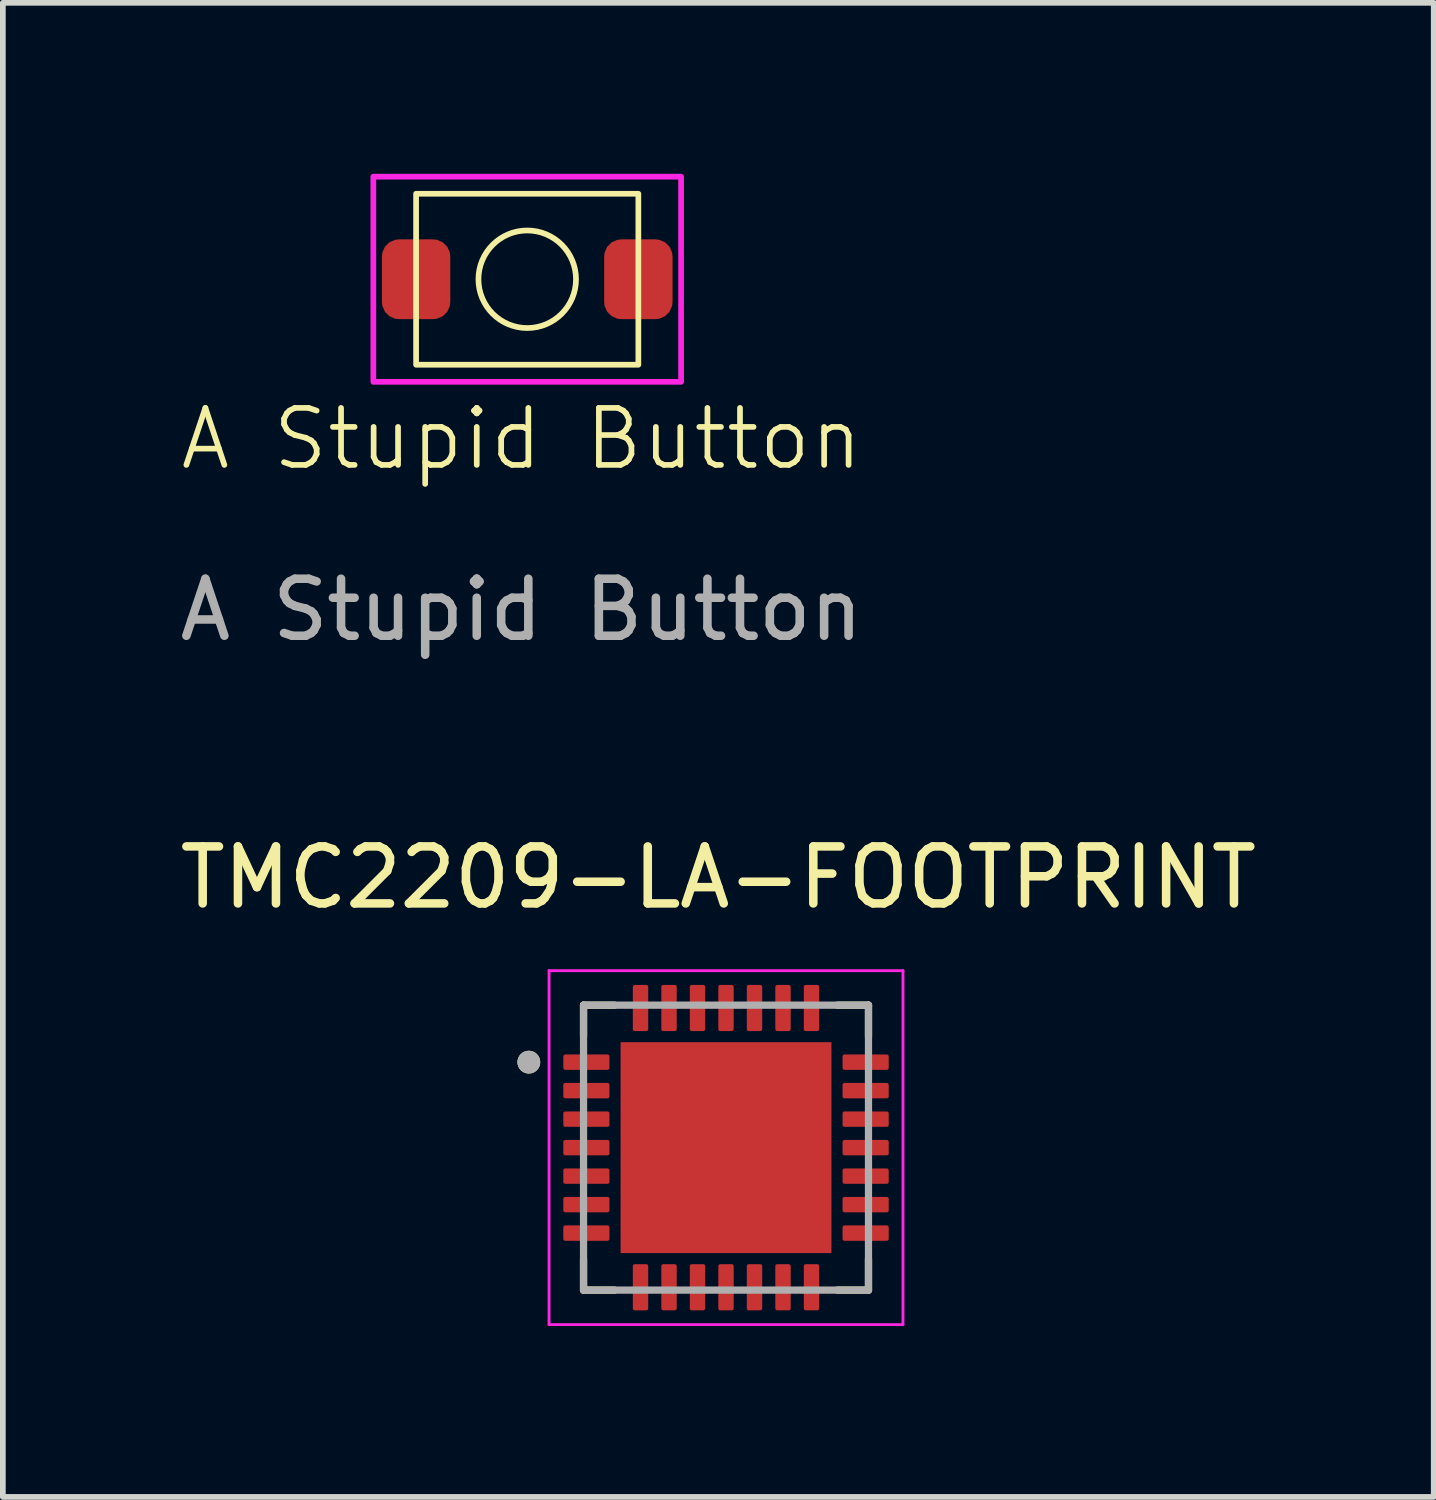
<source format=kicad_pcb>
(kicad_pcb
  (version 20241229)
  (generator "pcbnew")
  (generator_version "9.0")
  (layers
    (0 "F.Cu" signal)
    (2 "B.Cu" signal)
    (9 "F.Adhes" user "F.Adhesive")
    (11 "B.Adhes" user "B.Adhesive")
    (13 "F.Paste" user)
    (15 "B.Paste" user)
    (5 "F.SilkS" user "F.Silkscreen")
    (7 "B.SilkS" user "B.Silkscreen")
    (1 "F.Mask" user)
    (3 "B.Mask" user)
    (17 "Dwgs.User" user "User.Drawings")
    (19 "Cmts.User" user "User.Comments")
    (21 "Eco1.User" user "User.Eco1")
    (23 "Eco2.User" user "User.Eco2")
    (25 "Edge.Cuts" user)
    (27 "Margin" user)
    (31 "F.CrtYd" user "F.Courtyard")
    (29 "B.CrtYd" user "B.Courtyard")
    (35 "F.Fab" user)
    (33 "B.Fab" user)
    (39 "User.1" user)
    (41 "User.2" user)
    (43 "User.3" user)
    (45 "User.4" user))
  (footprint "TMC2209-LA-FOOTPRINT"
    (layer "F.Cu")
    (at 9.689 17.087)
    (property "Reference" "TMC2209-LA-FOOTPRINT" (at -0.135 -4.74 0) (layer "F.SilkS") (effects (font (size 1 1) (thickness 0.15))))
    (attr smd)
    (fp_line (start -2.5 -2.5) (end -2.5 -1.955) (stroke (width 0.127) (type solid)) (layer "F.SilkS"))
    (fp_line (start -2.5 -2.5) (end -1.955 -2.5) (stroke (width 0.127) (type solid)) (layer "F.SilkS"))
    (fp_line (start -2.5 2.5) (end -2.5 1.955) (stroke (width 0.127) (type solid)) (layer "F.SilkS"))
    (fp_line (start -2.5 2.5) (end -1.955 2.5) (stroke (width 0.127) (type solid)) (layer "F.SilkS"))
    (fp_line (start 2.5 -2.5) (end 1.955 -2.5) (stroke (width 0.127) (type solid)) (layer "F.SilkS"))
    (fp_line (start 2.5 -2.5) (end 2.5 -1.955) (stroke (width 0.127) (type solid)) (layer "F.SilkS"))
    (fp_line (start 2.5 2.5) (end 1.955 2.5) (stroke (width 0.127) (type solid)) (layer "F.SilkS"))
    (fp_line (start 2.5 2.5) (end 2.5 1.955) (stroke (width 0.127) (type solid)) (layer "F.SilkS"))
    (fp_circle (center -3.46 -1.5) (end -3.36 -1.5) (stroke (width 0.2) (type solid)) (fill no) (layer "F.SilkS"))
    (fp_poly (pts (xy -1.17 -1.17) (xy 1.17 -1.17) (xy 1.17 1.17) (xy -1.17 1.17)) (stroke (width 0.01) (type solid)) (fill yes) (layer "F.Paste"))
    (fp_line (start -3.105 -3.105) (end 3.105 -3.105) (stroke (width 0.05) (type solid)) (layer "F.CrtYd"))
    (fp_line (start -3.105 3.105) (end -3.105 -3.105) (stroke (width 0.05) (type solid)) (layer "F.CrtYd"))
    (fp_line (start -3.105 3.105) (end 3.105 3.105) (stroke (width 0.05) (type solid)) (layer "F.CrtYd"))
    (fp_line (start 3.105 3.105) (end 3.105 -3.105) (stroke (width 0.05) (type solid)) (layer "F.CrtYd"))
    (fp_line (start -2.5 2.5) (end -2.5 -2.5) (stroke (width 0.127) (type solid)) (layer "F.Fab"))
    (fp_line (start 2.5 -2.5) (end -2.5 -2.5) (stroke (width 0.127) (type solid)) (layer "F.Fab"))
    (fp_line (start 2.5 2.5) (end -2.5 2.5) (stroke (width 0.127) (type solid)) (layer "F.Fab"))
    (fp_line (start 2.5 2.5) (end 2.5 -2.5) (stroke (width 0.127) (type solid)) (layer "F.Fab"))
    (fp_circle (center -3.46 -1.5) (end -3.36 -1.5) (stroke (width 0.2) (type solid)) (fill no) (layer "F.Fab"))
    (pad "1" smd roundrect (at -2.45 -1.5) (size 0.81 0.27) (layers "F.Cu" "F.Mask" "F.Paste") (roundrect_rratio 0.125))
    (pad "2" smd roundrect (at -2.45 -1) (size 0.81 0.27) (layers "F.Cu" "F.Mask" "F.Paste") (roundrect_rratio 0.125))
    (pad "3" smd roundrect (at -2.45 -0.5) (size 0.81 0.27) (layers "F.Cu" "F.Mask" "F.Paste") (roundrect_rratio 0.125))
    (pad "4" smd roundrect (at -2.45 0) (size 0.81 0.27) (layers "F.Cu" "F.Mask" "F.Paste") (roundrect_rratio 0.125))
    (pad "5" smd roundrect (at -2.45 0.5) (size 0.81 0.27) (layers "F.Cu" "F.Mask" "F.Paste") (roundrect_rratio 0.125))
    (pad "6" smd roundrect (at -2.45 1) (size 0.81 0.27) (layers "F.Cu" "F.Mask" "F.Paste") (roundrect_rratio 0.125))
    (pad "7" smd roundrect (at -2.45 1.5) (size 0.81 0.27) (layers "F.Cu" "F.Mask" "F.Paste") (roundrect_rratio 0.125))
    (pad "8" smd roundrect (at -1.5 2.45) (size 0.27 0.81) (layers "F.Cu" "F.Mask" "F.Paste") (roundrect_rratio 0.125))
    (pad "9" smd roundrect (at -1 2.45) (size 0.27 0.81) (layers "F.Cu" "F.Mask" "F.Paste") (roundrect_rratio 0.125))
    (pad "10" smd roundrect (at -0.5 2.45) (size 0.27 0.81) (layers "F.Cu" "F.Mask" "F.Paste") (roundrect_rratio 0.125))
    (pad "11" smd roundrect (at 0 2.45) (size 0.27 0.81) (layers "F.Cu" "F.Mask" "F.Paste") (roundrect_rratio 0.125))
    (pad "12" smd roundrect (at 0.5 2.45) (size 0.27 0.81) (layers "F.Cu" "F.Mask" "F.Paste") (roundrect_rratio 0.125))
    (pad "13" smd roundrect (at 1 2.45) (size 0.27 0.81) (layers "F.Cu" "F.Mask" "F.Paste") (roundrect_rratio 0.125))
    (pad "14" smd roundrect (at 1.5 2.45) (size 0.27 0.81) (layers "F.Cu" "F.Mask" "F.Paste") (roundrect_rratio 0.125))
    (pad "15" smd roundrect (at 2.45 1.5) (size 0.81 0.27) (layers "F.Cu" "F.Mask" "F.Paste") (roundrect_rratio 0.125))
    (pad "16" smd roundrect (at 2.45 1) (size 0.81 0.27) (layers "F.Cu" "F.Mask" "F.Paste") (roundrect_rratio 0.125))
    (pad "17" smd roundrect (at 2.45 0.5) (size 0.81 0.27) (layers "F.Cu" "F.Mask" "F.Paste") (roundrect_rratio 0.125))
    (pad "18" smd roundrect (at 2.45 0) (size 0.81 0.27) (layers "F.Cu" "F.Mask" "F.Paste") (roundrect_rratio 0.125))
    (pad "19" smd roundrect (at 2.45 -0.5) (size 0.81 0.27) (layers "F.Cu" "F.Mask" "F.Paste") (roundrect_rratio 0.125))
    (pad "20" smd roundrect (at 2.45 -1) (size 0.81 0.27) (layers "F.Cu" "F.Mask" "F.Paste") (roundrect_rratio 0.125))
    (pad "21" smd roundrect (at 2.45 -1.5) (size 0.81 0.27) (layers "F.Cu" "F.Mask" "F.Paste") (roundrect_rratio 0.125))
    (pad "22" smd roundrect (at 1.5 -2.45) (size 0.27 0.81) (layers "F.Cu" "F.Mask" "F.Paste") (roundrect_rratio 0.125))
    (pad "23" smd roundrect (at 1 -2.45) (size 0.27 0.81) (layers "F.Cu" "F.Mask" "F.Paste") (roundrect_rratio 0.125))
    (pad "24" smd roundrect (at 0.5 -2.45) (size 0.27 0.81) (layers "F.Cu" "F.Mask" "F.Paste") (roundrect_rratio 0.125))
    (pad "25" smd roundrect (at 0 -2.45) (size 0.27 0.81) (layers "F.Cu" "F.Mask" "F.Paste") (roundrect_rratio 0.125))
    (pad "26" smd roundrect (at -0.5 -2.45) (size 0.27 0.81) (layers "F.Cu" "F.Mask" "F.Paste") (roundrect_rratio 0.125))
    (pad "27" smd roundrect (at -1 -2.45) (size 0.27 0.81) (layers "F.Cu" "F.Mask" "F.Paste") (roundrect_rratio 0.125))
    (pad "28" smd roundrect (at -1.5 -2.45) (size 0.27 0.81) (layers "F.Cu" "F.Mask" "F.Paste") (roundrect_rratio 0.125))
    (pad "29" smd rect (at 0 0) (size 3.7 3.7) (layers "F.Cu" "F.Mask")))
  (footprint "A Stupid Button"
    (layer "F.Cu")
    (at 6.101 5.15)
    (property "Reference" "A Stupid Button" (at 0 -0.5 0) (unlocked yes) (layer "F.SilkS") (effects (font (size 1 1) (thickness 0.1))))
    (attr smd)
    (fp_rect (start -1.85 -4.8) (end 2.05 -1.8) (stroke (width 0.1) (type solid)) (fill no) (layer "F.SilkS"))
    (fp_circle (center 0.1 -3.3) (end -0.75 -3.2) (stroke (width 0.1) (type default)) (fill no) (layer "F.SilkS"))
    (fp_rect (start -2.6 -5.1) (end 2.8 -1.5) (stroke (width 0.1) (type solid)) (fill no) (layer "F.CrtYd"))
    (fp_text user "${REFERENCE}" (at 0 2.5 0) (unlocked yes) (layer "F.Fab") (effects (font (size 1 1) (thickness 0.15))))
    (pad "1" smd roundrect (at -1.85 -3.3) (size 1.2 1.4) (layers "F.Cu" "F.Mask" "F.Paste") (roundrect_rratio 0.25))
    (pad "2" smd roundrect (at 2.05 -3.3) (size 1.2 1.4) (layers "F.Cu" "F.Mask" "F.Paste") (roundrect_rratio 0.25)))
  (gr_rect
    (start -3 -3)
    (end 22.107 23.216)
    (stroke (width 0.1) (type default))
    (fill no)
    (layer "Edge.Cuts")))
</source>
